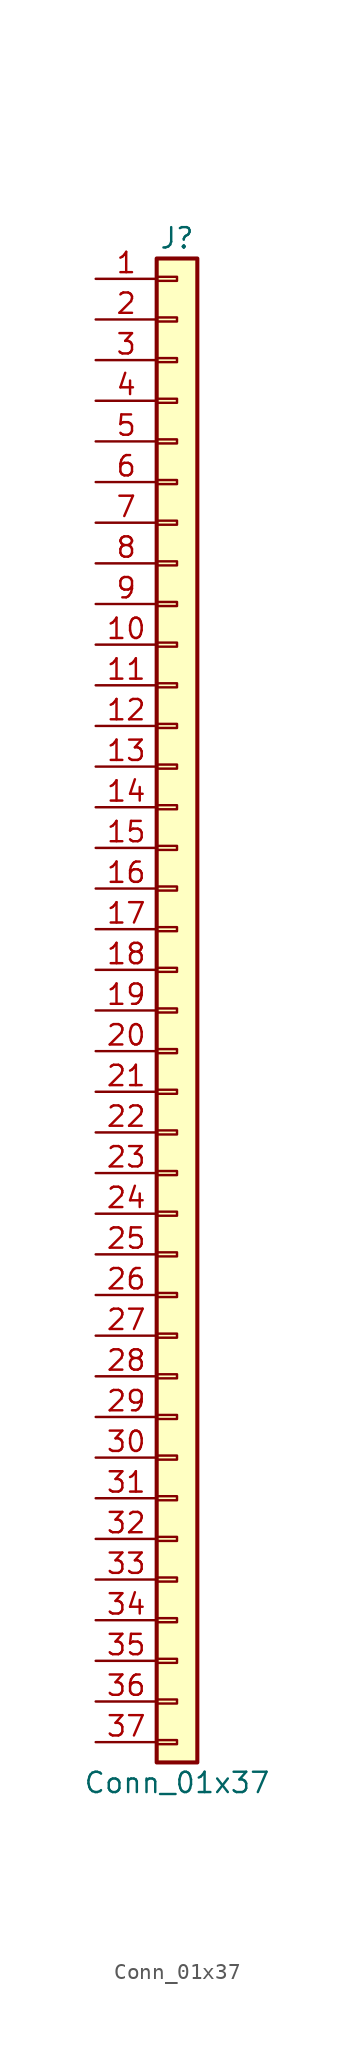
<source format=kicad_sym>
(kicad_symbol_lib
  (version 20211014)
  (generator kicad_symbol_editor)
  (symbol "Conn_01x37"
    (pin_names
      (offset 1.016) hide)
    (property "Reference" "J"
      (at 0 48.26 0)
      (effects (font (size 1.27 1.27))))
    (property "Value" "Conn_01x37"
      (at 0 -48.26 0)
      (effects (font (size 1.27 1.27))))
    (symbol "Conn_01x37_1_1"
      (rectangle (start -1.27 -45.593) (end 0 -45.847) (stroke (width 0.152) (type default) (color 0 0 0 0)) (fill (type none)))
      (rectangle (start -1.27 -43.053) (end 0 -43.307) (stroke (width 0.152) (type default) (color 0 0 0 0)) (fill (type none)))
      (rectangle (start -1.27 -40.513) (end 0 -40.767) (stroke (width 0.152) (type default) (color 0 0 0 0)) (fill (type none)))
      (rectangle (start -1.27 -37.973) (end 0 -38.227) (stroke (width 0.152) (type default) (color 0 0 0 0)) (fill (type none)))
      (rectangle (start -1.27 -35.433) (end 0 -35.687) (stroke (width 0.152) (type default) (color 0 0 0 0)) (fill (type none)))
      (rectangle (start -1.27 -32.893) (end 0 -33.147) (stroke (width 0.152) (type default) (color 0 0 0 0)) (fill (type none)))
      (rectangle (start -1.27 -30.353) (end 0 -30.607) (stroke (width 0.152) (type default) (color 0 0 0 0)) (fill (type none)))
      (rectangle (start -1.27 -27.813) (end 0 -28.067) (stroke (width 0.152) (type default) (color 0 0 0 0)) (fill (type none)))
      (rectangle (start -1.27 -25.273) (end 0 -25.527) (stroke (width 0.152) (type default) (color 0 0 0 0)) (fill (type none)))
      (rectangle (start -1.27 -22.733) (end 0 -22.987) (stroke (width 0.152) (type default) (color 0 0 0 0)) (fill (type none)))
      (rectangle (start -1.27 -20.193) (end 0 -20.447) (stroke (width 0.152) (type default) (color 0 0 0 0)) (fill (type none)))
      (rectangle (start -1.27 -17.653) (end 0 -17.907) (stroke (width 0.152) (type default) (color 0 0 0 0)) (fill (type none)))
      (rectangle (start -1.27 -15.113) (end 0 -15.367) (stroke (width 0.152) (type default) (color 0 0 0 0)) (fill (type none)))
      (rectangle (start -1.27 -12.573) (end 0 -12.827) (stroke (width 0.152) (type default) (color 0 0 0 0)) (fill (type none)))
      (rectangle (start -1.27 -10.033) (end 0 -10.287) (stroke (width 0.152) (type default) (color 0 0 0 0)) (fill (type none)))
      (rectangle (start -1.27 -7.493) (end 0 -7.747) (stroke (width 0.152) (type default) (color 0 0 0 0)) (fill (type none)))
      (rectangle (start -1.27 -4.953) (end 0 -5.207) (stroke (width 0.152) (type default) (color 0 0 0 0)) (fill (type none)))
      (rectangle (start -1.27 -2.413) (end 0 -2.667) (stroke (width 0.152) (type default) (color 0 0 0 0)) (fill (type none)))
      (rectangle (start -1.27 0.127) (end 0 -0.127) (stroke (width 0.152) (type default) (color 0 0 0 0)) (fill (type none)))
      (rectangle (start -1.27 2.667) (end 0 2.413) (stroke (width 0.152) (type default) (color 0 0 0 0)) (fill (type none)))
      (rectangle (start -1.27 5.207) (end 0 4.953) (stroke (width 0.152) (type default) (color 0 0 0 0)) (fill (type none)))
      (rectangle (start -1.27 7.747) (end 0 7.493) (stroke (width 0.152) (type default) (color 0 0 0 0)) (fill (type none)))
      (rectangle (start -1.27 10.287) (end 0 10.033) (stroke (width 0.152) (type default) (color 0 0 0 0)) (fill (type none)))
      (rectangle (start -1.27 12.827) (end 0 12.573) (stroke (width 0.152) (type default) (color 0 0 0 0)) (fill (type none)))
      (rectangle (start -1.27 15.367) (end 0 15.113) (stroke (width 0.152) (type default) (color 0 0 0 0)) (fill (type none)))
      (rectangle (start -1.27 17.907) (end 0 17.653) (stroke (width 0.152) (type default) (color 0 0 0 0)) (fill (type none)))
      (rectangle (start -1.27 20.447) (end 0 20.193) (stroke (width 0.152) (type default) (color 0 0 0 0)) (fill (type none)))
      (rectangle (start -1.27 22.987) (end 0 22.733) (stroke (width 0.152) (type default) (color 0 0 0 0)) (fill (type none)))
      (rectangle (start -1.27 25.527) (end 0 25.273) (stroke (width 0.152) (type default) (color 0 0 0 0)) (fill (type none)))
      (rectangle (start -1.27 28.067) (end 0 27.813) (stroke (width 0.152) (type default) (color 0 0 0 0)) (fill (type none)))
      (rectangle (start -1.27 30.607) (end 0 30.353) (stroke (width 0.152) (type default) (color 0 0 0 0)) (fill (type none)))
      (rectangle (start -1.27 33.147) (end 0 32.893) (stroke (width 0.152) (type default) (color 0 0 0 0)) (fill (type none)))
      (rectangle (start -1.27 35.687) (end 0 35.433) (stroke (width 0.152) (type default) (color 0 0 0 0)) (fill (type none)))
      (rectangle (start -1.27 38.227) (end 0 37.973) (stroke (width 0.152) (type default) (color 0 0 0 0)) (fill (type none)))
      (rectangle (start -1.27 40.767) (end 0 40.513) (stroke (width 0.152) (type default) (color 0 0 0 0)) (fill (type none)))
      (rectangle (start -1.27 43.307) (end 0 43.053) (stroke (width 0.152) (type default) (color 0 0 0 0)) (fill (type none)))
      (rectangle (start -1.27 45.847) (end 0 45.593) (stroke (width 0.152) (type default) (color 0 0 0 0)) (fill (type none)))
      (rectangle (start -1.27 46.99) (end 1.27 -46.99) (stroke (width 0.254) (type default) (color 0 0 0 0)) (fill (type background)))
      (pin passive line (at -5.08 45.72 0) (length 3.81) (name "Pin_1" (effects (font (size 1.27 1.27)))) (number "1" (effects (font (size 1.27 1.27)))))
      (pin passive line (at -5.08 22.86 0) (length 3.81) (name "Pin_10" (effects (font (size 1.27 1.27)))) (number "10" (effects (font (size 1.27 1.27)))))
      (pin passive line (at -5.08 20.32 0) (length 3.81) (name "Pin_11" (effects (font (size 1.27 1.27)))) (number "11" (effects (font (size 1.27 1.27)))))
      (pin passive line (at -5.08 17.78 0) (length 3.81) (name "Pin_12" (effects (font (size 1.27 1.27)))) (number "12" (effects (font (size 1.27 1.27)))))
      (pin passive line (at -5.08 15.24 0) (length 3.81) (name "Pin_13" (effects (font (size 1.27 1.27)))) (number "13" (effects (font (size 1.27 1.27)))))
      (pin passive line (at -5.08 12.7 0) (length 3.81) (name "Pin_14" (effects (font (size 1.27 1.27)))) (number "14" (effects (font (size 1.27 1.27)))))
      (pin passive line (at -5.08 10.16 0) (length 3.81) (name "Pin_15" (effects (font (size 1.27 1.27)))) (number "15" (effects (font (size 1.27 1.27)))))
      (pin passive line (at -5.08 7.62 0) (length 3.81) (name "Pin_16" (effects (font (size 1.27 1.27)))) (number "16" (effects (font (size 1.27 1.27)))))
      (pin passive line (at -5.08 5.08 0) (length 3.81) (name "Pin_17" (effects (font (size 1.27 1.27)))) (number "17" (effects (font (size 1.27 1.27)))))
      (pin passive line (at -5.08 2.54 0) (length 3.81) (name "Pin_18" (effects (font (size 1.27 1.27)))) (number "18" (effects (font (size 1.27 1.27)))))
      (pin passive line (at -5.08 0 0) (length 3.81) (name "Pin_19" (effects (font (size 1.27 1.27)))) (number "19" (effects (font (size 1.27 1.27)))))
      (pin passive line (at -5.08 43.18 0) (length 3.81) (name "Pin_2" (effects (font (size 1.27 1.27)))) (number "2" (effects (font (size 1.27 1.27)))))
      (pin passive line (at -5.08 -2.54 0) (length 3.81) (name "Pin_20" (effects (font (size 1.27 1.27)))) (number "20" (effects (font (size 1.27 1.27)))))
      (pin passive line (at -5.08 -5.08 0) (length 3.81) (name "Pin_21" (effects (font (size 1.27 1.27)))) (number "21" (effects (font (size 1.27 1.27)))))
      (pin passive line (at -5.08 -7.62 0) (length 3.81) (name "Pin_22" (effects (font (size 1.27 1.27)))) (number "22" (effects (font (size 1.27 1.27)))))
      (pin passive line (at -5.08 -10.16 0) (length 3.81) (name "Pin_23" (effects (font (size 1.27 1.27)))) (number "23" (effects (font (size 1.27 1.27)))))
      (pin passive line (at -5.08 -12.7 0) (length 3.81) (name "Pin_24" (effects (font (size 1.27 1.27)))) (number "24" (effects (font (size 1.27 1.27)))))
      (pin passive line (at -5.08 -15.24 0) (length 3.81) (name "Pin_25" (effects (font (size 1.27 1.27)))) (number "25" (effects (font (size 1.27 1.27)))))
      (pin passive line (at -5.08 -17.78 0) (length 3.81) (name "Pin_26" (effects (font (size 1.27 1.27)))) (number "26" (effects (font (size 1.27 1.27)))))
      (pin passive line (at -5.08 -20.32 0) (length 3.81) (name "Pin_27" (effects (font (size 1.27 1.27)))) (number "27" (effects (font (size 1.27 1.27)))))
      (pin passive line (at -5.08 -22.86 0) (length 3.81) (name "Pin_28" (effects (font (size 1.27 1.27)))) (number "28" (effects (font (size 1.27 1.27)))))
      (pin passive line (at -5.08 -25.4 0) (length 3.81) (name "Pin_29" (effects (font (size 1.27 1.27)))) (number "29" (effects (font (size 1.27 1.27)))))
      (pin passive line (at -5.08 40.64 0) (length 3.81) (name "Pin_3" (effects (font (size 1.27 1.27)))) (number "3" (effects (font (size 1.27 1.27)))))
      (pin passive line (at -5.08 -27.94 0) (length 3.81) (name "Pin_30" (effects (font (size 1.27 1.27)))) (number "30" (effects (font (size 1.27 1.27)))))
      (pin passive line (at -5.08 -30.48 0) (length 3.81) (name "Pin_31" (effects (font (size 1.27 1.27)))) (number "31" (effects (font (size 1.27 1.27)))))
      (pin passive line (at -5.08 -33.02 0) (length 3.81) (name "Pin_32" (effects (font (size 1.27 1.27)))) (number "32" (effects (font (size 1.27 1.27)))))
      (pin passive line (at -5.08 -35.56 0) (length 3.81) (name "Pin_33" (effects (font (size 1.27 1.27)))) (number "33" (effects (font (size 1.27 1.27)))))
      (pin passive line (at -5.08 -38.1 0) (length 3.81) (name "Pin_34" (effects (font (size 1.27 1.27)))) (number "34" (effects (font (size 1.27 1.27)))))
      (pin passive line (at -5.08 -40.64 0) (length 3.81) (name "Pin_35" (effects (font (size 1.27 1.27)))) (number "35" (effects (font (size 1.27 1.27)))))
      (pin passive line (at -5.08 -43.18 0) (length 3.81) (name "Pin_36" (effects (font (size 1.27 1.27)))) (number "36" (effects (font (size 1.27 1.27)))))
      (pin passive line (at -5.08 -45.72 0) (length 3.81) (name "Pin_37" (effects (font (size 1.27 1.27)))) (number "37" (effects (font (size 1.27 1.27)))))
      (pin passive line (at -5.08 38.1 0) (length 3.81) (name "Pin_4" (effects (font (size 1.27 1.27)))) (number "4" (effects (font (size 1.27 1.27)))))
      (pin passive line (at -5.08 35.56 0) (length 3.81) (name "Pin_5" (effects (font (size 1.27 1.27)))) (number "5" (effects (font (size 1.27 1.27)))))
      (pin passive line (at -5.08 33.02 0) (length 3.81) (name "Pin_6" (effects (font (size 1.27 1.27)))) (number "6" (effects (font (size 1.27 1.27)))))
      (pin passive line (at -5.08 30.48 0) (length 3.81) (name "Pin_7" (effects (font (size 1.27 1.27)))) (number "7" (effects (font (size 1.27 1.27)))))
      (pin passive line (at -5.08 27.94 0) (length 3.81) (name "Pin_8" (effects (font (size 1.27 1.27)))) (number "8" (effects (font (size 1.27 1.27)))))
      (pin passive line (at -5.08 25.4 0) (length 3.81) (name "Pin_9" (effects (font (size 1.27 1.27)))) (number "9" (effects (font (size 1.27 1.27))))))))
</source>
